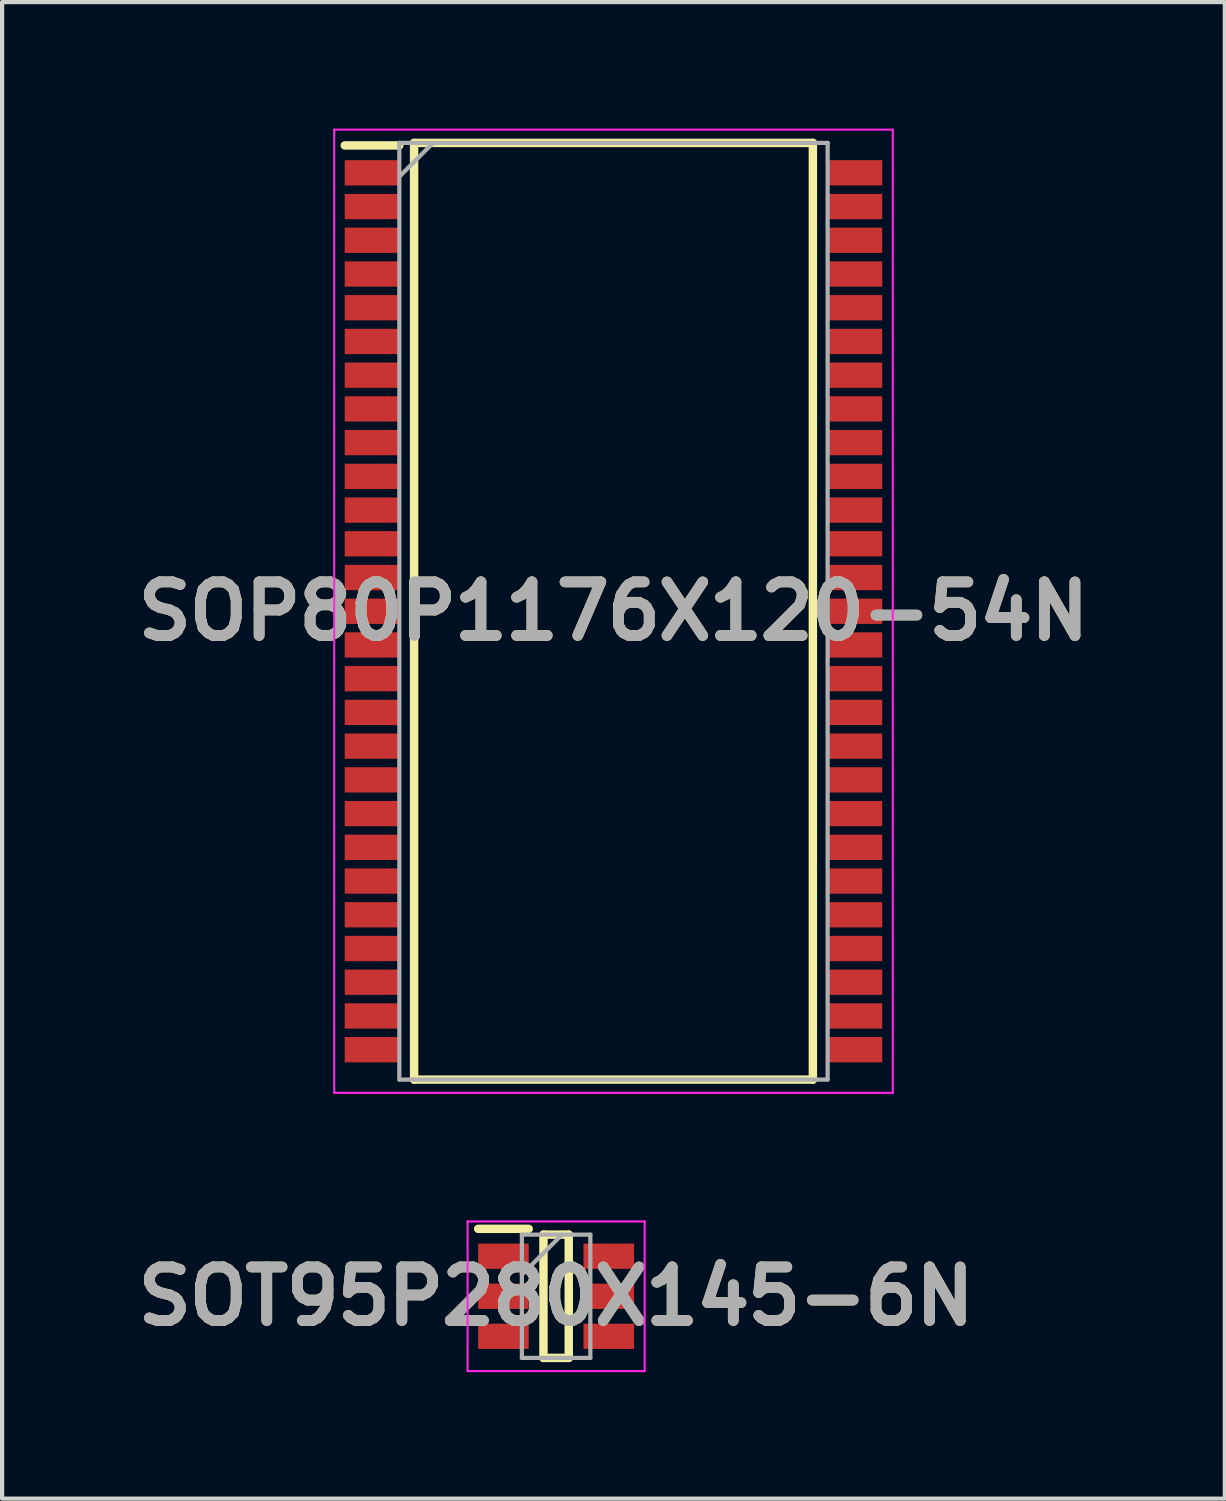
<source format=kicad_pcb>
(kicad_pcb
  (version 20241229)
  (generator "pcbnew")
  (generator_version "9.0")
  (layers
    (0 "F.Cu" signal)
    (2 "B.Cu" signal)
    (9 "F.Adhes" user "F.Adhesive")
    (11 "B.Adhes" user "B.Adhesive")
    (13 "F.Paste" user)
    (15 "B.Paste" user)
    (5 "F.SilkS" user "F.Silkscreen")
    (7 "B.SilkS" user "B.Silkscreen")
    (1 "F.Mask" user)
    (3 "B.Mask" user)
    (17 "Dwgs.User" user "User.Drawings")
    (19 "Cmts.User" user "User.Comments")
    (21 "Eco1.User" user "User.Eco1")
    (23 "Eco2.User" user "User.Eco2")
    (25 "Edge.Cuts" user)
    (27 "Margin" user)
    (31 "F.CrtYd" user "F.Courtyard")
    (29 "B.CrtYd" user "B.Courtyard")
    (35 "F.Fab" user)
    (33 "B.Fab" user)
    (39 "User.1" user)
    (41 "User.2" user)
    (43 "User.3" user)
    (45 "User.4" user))
  (footprint "SOP80P1176X120-54N"
    (layer "F.Cu")
    (at 11.503 11.45)
    (property "Reference" "SOP80P1176X120-54N" (at 0 0 0) (layer "F.SilkS") (effects (font (size 1.27 1.27) (thickness 0.254))))
    (attr smd)
    (fp_line (start -6.375 -11.05) (end -5.08 -11.05) (stroke (width 0.2) (type solid)) (layer "F.SilkS"))
    (fp_line (start -4.73 -11.11) (end 4.73 -11.11) (stroke (width 0.2) (type solid)) (layer "F.SilkS"))
    (fp_line (start -4.73 11.11) (end -4.73 -11.11) (stroke (width 0.2) (type solid)) (layer "F.SilkS"))
    (fp_line (start 4.73 -11.11) (end 4.73 11.11) (stroke (width 0.2) (type solid)) (layer "F.SilkS"))
    (fp_line (start 4.73 11.11) (end -4.73 11.11) (stroke (width 0.2) (type solid)) (layer "F.SilkS"))
    (fp_line (start -6.625 -11.425) (end 6.625 -11.425) (stroke (width 0.05) (type solid)) (layer "F.CrtYd"))
    (fp_line (start -6.625 11.425) (end -6.625 -11.425) (stroke (width 0.05) (type solid)) (layer "F.CrtYd"))
    (fp_line (start 6.625 -11.425) (end 6.625 11.425) (stroke (width 0.05) (type solid)) (layer "F.CrtYd"))
    (fp_line (start 6.625 11.425) (end -6.625 11.425) (stroke (width 0.05) (type solid)) (layer "F.CrtYd"))
    (fp_line (start -5.08 -11.11) (end 5.08 -11.11) (stroke (width 0.1) (type solid)) (layer "F.Fab"))
    (fp_line (start -5.08 -10.31) (end -4.28 -11.11) (stroke (width 0.1) (type solid)) (layer "F.Fab"))
    (fp_line (start -5.08 11.11) (end -5.08 -11.11) (stroke (width 0.1) (type solid)) (layer "F.Fab"))
    (fp_line (start 5.08 -11.11) (end 5.08 11.11) (stroke (width 0.1) (type solid)) (layer "F.Fab"))
    (fp_line (start 5.08 11.11) (end -5.08 11.11) (stroke (width 0.1) (type solid)) (layer "F.Fab"))
    (fp_text user "${REFERENCE}" (at 0 0 0) (layer "F.Fab") (effects (font (size 1.27 1.27) (thickness 0.254))))
    (pad "1" smd rect (at -5.728 -10.4 90) (size 0.6 1.295) (layers "F.Cu" "F.Mask" "F.Paste"))
    (pad "2" smd rect (at -5.728 -9.6 90) (size 0.6 1.295) (layers "F.Cu" "F.Mask" "F.Paste"))
    (pad "3" smd rect (at -5.728 -8.8 90) (size 0.6 1.295) (layers "F.Cu" "F.Mask" "F.Paste"))
    (pad "4" smd rect (at -5.728 -8 90) (size 0.6 1.295) (layers "F.Cu" "F.Mask" "F.Paste"))
    (pad "5" smd rect (at -5.728 -7.2 90) (size 0.6 1.295) (layers "F.Cu" "F.Mask" "F.Paste"))
    (pad "6" smd rect (at -5.728 -6.4 90) (size 0.6 1.295) (layers "F.Cu" "F.Mask" "F.Paste"))
    (pad "7" smd rect (at -5.728 -5.6 90) (size 0.6 1.295) (layers "F.Cu" "F.Mask" "F.Paste"))
    (pad "8" smd rect (at -5.728 -4.8 90) (size 0.6 1.295) (layers "F.Cu" "F.Mask" "F.Paste"))
    (pad "9" smd rect (at -5.728 -4 90) (size 0.6 1.295) (layers "F.Cu" "F.Mask" "F.Paste"))
    (pad "10" smd rect (at -5.728 -3.2 90) (size 0.6 1.295) (layers "F.Cu" "F.Mask" "F.Paste"))
    (pad "11" smd rect (at -5.728 -2.4 90) (size 0.6 1.295) (layers "F.Cu" "F.Mask" "F.Paste"))
    (pad "12" smd rect (at -5.728 -1.6 90) (size 0.6 1.295) (layers "F.Cu" "F.Mask" "F.Paste"))
    (pad "13" smd rect (at -5.728 -0.8 90) (size 0.6 1.295) (layers "F.Cu" "F.Mask" "F.Paste"))
    (pad "14" smd rect (at -5.728 0 90) (size 0.6 1.295) (layers "F.Cu" "F.Mask" "F.Paste"))
    (pad "15" smd rect (at -5.728 0.8 90) (size 0.6 1.295) (layers "F.Cu" "F.Mask" "F.Paste"))
    (pad "16" smd rect (at -5.728 1.6 90) (size 0.6 1.295) (layers "F.Cu" "F.Mask" "F.Paste"))
    (pad "17" smd rect (at -5.728 2.4 90) (size 0.6 1.295) (layers "F.Cu" "F.Mask" "F.Paste"))
    (pad "18" smd rect (at -5.728 3.2 90) (size 0.6 1.295) (layers "F.Cu" "F.Mask" "F.Paste"))
    (pad "19" smd rect (at -5.728 4 90) (size 0.6 1.295) (layers "F.Cu" "F.Mask" "F.Paste"))
    (pad "20" smd rect (at -5.728 4.8 90) (size 0.6 1.295) (layers "F.Cu" "F.Mask" "F.Paste"))
    (pad "21" smd rect (at -5.728 5.6 90) (size 0.6 1.295) (layers "F.Cu" "F.Mask" "F.Paste"))
    (pad "22" smd rect (at -5.728 6.4 90) (size 0.6 1.295) (layers "F.Cu" "F.Mask" "F.Paste"))
    (pad "23" smd rect (at -5.728 7.2 90) (size 0.6 1.295) (layers "F.Cu" "F.Mask" "F.Paste"))
    (pad "24" smd rect (at -5.728 8 90) (size 0.6 1.295) (layers "F.Cu" "F.Mask" "F.Paste"))
    (pad "25" smd rect (at -5.728 8.8 90) (size 0.6 1.295) (layers "F.Cu" "F.Mask" "F.Paste"))
    (pad "26" smd rect (at -5.728 9.6 90) (size 0.6 1.295) (layers "F.Cu" "F.Mask" "F.Paste"))
    (pad "27" smd rect (at -5.728 10.4 90) (size 0.6 1.295) (layers "F.Cu" "F.Mask" "F.Paste"))
    (pad "28" smd rect (at 5.728 10.4 90) (size 0.6 1.295) (layers "F.Cu" "F.Mask" "F.Paste"))
    (pad "29" smd rect (at 5.728 9.6 90) (size 0.6 1.295) (layers "F.Cu" "F.Mask" "F.Paste"))
    (pad "30" smd rect (at 5.728 8.8 90) (size 0.6 1.295) (layers "F.Cu" "F.Mask" "F.Paste"))
    (pad "31" smd rect (at 5.728 8 90) (size 0.6 1.295) (layers "F.Cu" "F.Mask" "F.Paste"))
    (pad "32" smd rect (at 5.728 7.2 90) (size 0.6 1.295) (layers "F.Cu" "F.Mask" "F.Paste"))
    (pad "33" smd rect (at 5.728 6.4 90) (size 0.6 1.295) (layers "F.Cu" "F.Mask" "F.Paste"))
    (pad "34" smd rect (at 5.728 5.6 90) (size 0.6 1.295) (layers "F.Cu" "F.Mask" "F.Paste"))
    (pad "35" smd rect (at 5.728 4.8 90) (size 0.6 1.295) (layers "F.Cu" "F.Mask" "F.Paste"))
    (pad "36" smd rect (at 5.728 4 90) (size 0.6 1.295) (layers "F.Cu" "F.Mask" "F.Paste"))
    (pad "37" smd rect (at 5.728 3.2 90) (size 0.6 1.295) (layers "F.Cu" "F.Mask" "F.Paste"))
    (pad "38" smd rect (at 5.728 2.4 90) (size 0.6 1.295) (layers "F.Cu" "F.Mask" "F.Paste"))
    (pad "39" smd rect (at 5.728 1.6 90) (size 0.6 1.295) (layers "F.Cu" "F.Mask" "F.Paste"))
    (pad "40" smd rect (at 5.728 0.8 90) (size 0.6 1.295) (layers "F.Cu" "F.Mask" "F.Paste"))
    (pad "41" smd rect (at 5.728 0 90) (size 0.6 1.295) (layers "F.Cu" "F.Mask" "F.Paste"))
    (pad "42" smd rect (at 5.728 -0.8 90) (size 0.6 1.295) (layers "F.Cu" "F.Mask" "F.Paste"))
    (pad "43" smd rect (at 5.728 -1.6 90) (size 0.6 1.295) (layers "F.Cu" "F.Mask" "F.Paste"))
    (pad "44" smd rect (at 5.728 -2.4 90) (size 0.6 1.295) (layers "F.Cu" "F.Mask" "F.Paste"))
    (pad "45" smd rect (at 5.728 -3.2 90) (size 0.6 1.295) (layers "F.Cu" "F.Mask" "F.Paste"))
    (pad "46" smd rect (at 5.728 -4 90) (size 0.6 1.295) (layers "F.Cu" "F.Mask" "F.Paste"))
    (pad "47" smd rect (at 5.728 -4.8 90) (size 0.6 1.295) (layers "F.Cu" "F.Mask" "F.Paste"))
    (pad "48" smd rect (at 5.728 -5.6 90) (size 0.6 1.295) (layers "F.Cu" "F.Mask" "F.Paste"))
    (pad "49" smd rect (at 5.728 -6.4 90) (size 0.6 1.295) (layers "F.Cu" "F.Mask" "F.Paste"))
    (pad "50" smd rect (at 5.728 -7.2 90) (size 0.6 1.295) (layers "F.Cu" "F.Mask" "F.Paste"))
    (pad "51" smd rect (at 5.728 -8 90) (size 0.6 1.295) (layers "F.Cu" "F.Mask" "F.Paste"))
    (pad "52" smd rect (at 5.728 -8.8 90) (size 0.6 1.295) (layers "F.Cu" "F.Mask" "F.Paste"))
    (pad "53" smd rect (at 5.728 -9.6 90) (size 0.6 1.295) (layers "F.Cu" "F.Mask" "F.Paste"))
    (pad "54" smd rect (at 5.728 -10.4 90) (size 0.6 1.295) (layers "F.Cu" "F.Mask" "F.Paste")))
  (footprint "SOT95P280X145-6N"
    (layer "F.Cu")
    (at 10.142 27.7)
    (property "Reference" "SOT95P280X145-6N" (at 0 0 0) (layer "F.SilkS") (effects (font (size 1.27 1.27) (thickness 0.254))))
    (attr smd)
    (fp_line (start -1.85 -1.6) (end -0.65 -1.6) (stroke (width 0.2) (type solid)) (layer "F.SilkS"))
    (fp_line (start -0.3 -1.462) (end 0.3 -1.462) (stroke (width 0.2) (type solid)) (layer "F.SilkS"))
    (fp_line (start -0.3 1.462) (end -0.3 -1.462) (stroke (width 0.2) (type solid)) (layer "F.SilkS"))
    (fp_line (start 0.3 -1.462) (end 0.3 1.462) (stroke (width 0.2) (type solid)) (layer "F.SilkS"))
    (fp_line (start 0.3 1.462) (end -0.3 1.462) (stroke (width 0.2) (type solid)) (layer "F.SilkS"))
    (fp_line (start -2.1 -1.775) (end 2.1 -1.775) (stroke (width 0.05) (type solid)) (layer "F.CrtYd"))
    (fp_line (start -2.1 1.775) (end -2.1 -1.775) (stroke (width 0.05) (type solid)) (layer "F.CrtYd"))
    (fp_line (start 2.1 -1.775) (end 2.1 1.775) (stroke (width 0.05) (type solid)) (layer "F.CrtYd"))
    (fp_line (start 2.1 1.775) (end -2.1 1.775) (stroke (width 0.05) (type solid)) (layer "F.CrtYd"))
    (fp_line (start -0.812 -1.462) (end 0.812 -1.462) (stroke (width 0.1) (type solid)) (layer "F.Fab"))
    (fp_line (start -0.812 -0.512) (end 0.138 -1.462) (stroke (width 0.1) (type solid)) (layer "F.Fab"))
    (fp_line (start -0.812 1.462) (end -0.812 -1.462) (stroke (width 0.1) (type solid)) (layer "F.Fab"))
    (fp_line (start 0.812 -1.462) (end 0.812 1.462) (stroke (width 0.1) (type solid)) (layer "F.Fab"))
    (fp_line (start 0.812 1.462) (end -0.812 1.462) (stroke (width 0.1) (type solid)) (layer "F.Fab"))
    (fp_text user "${REFERENCE}" (at 0 0 0) (layer "F.Fab") (effects (font (size 1.27 1.27) (thickness 0.254))))
    (pad "1" smd rect (at -1.25 -0.95 90) (size 0.6 1.2) (layers "F.Cu" "F.Mask" "F.Paste"))
    (pad "2" smd rect (at -1.25 0 90) (size 0.6 1.2) (layers "F.Cu" "F.Mask" "F.Paste"))
    (pad "3" smd rect (at -1.25 0.95 90) (size 0.6 1.2) (layers "F.Cu" "F.Mask" "F.Paste"))
    (pad "4" smd rect (at 1.25 0.95 90) (size 0.6 1.2) (layers "F.Cu" "F.Mask" "F.Paste"))
    (pad "5" smd rect (at 1.25 0 90) (size 0.6 1.2) (layers "F.Cu" "F.Mask" "F.Paste"))
    (pad "6" smd rect (at 1.25 -0.95 90) (size 0.6 1.2) (layers "F.Cu" "F.Mask" "F.Paste")))
  (gr_rect
    (start -3 -3)
    (end 26.005 32.5)
    (stroke (width 0.1) (type default))
    (fill no)
    (layer "Edge.Cuts")))
</source>
